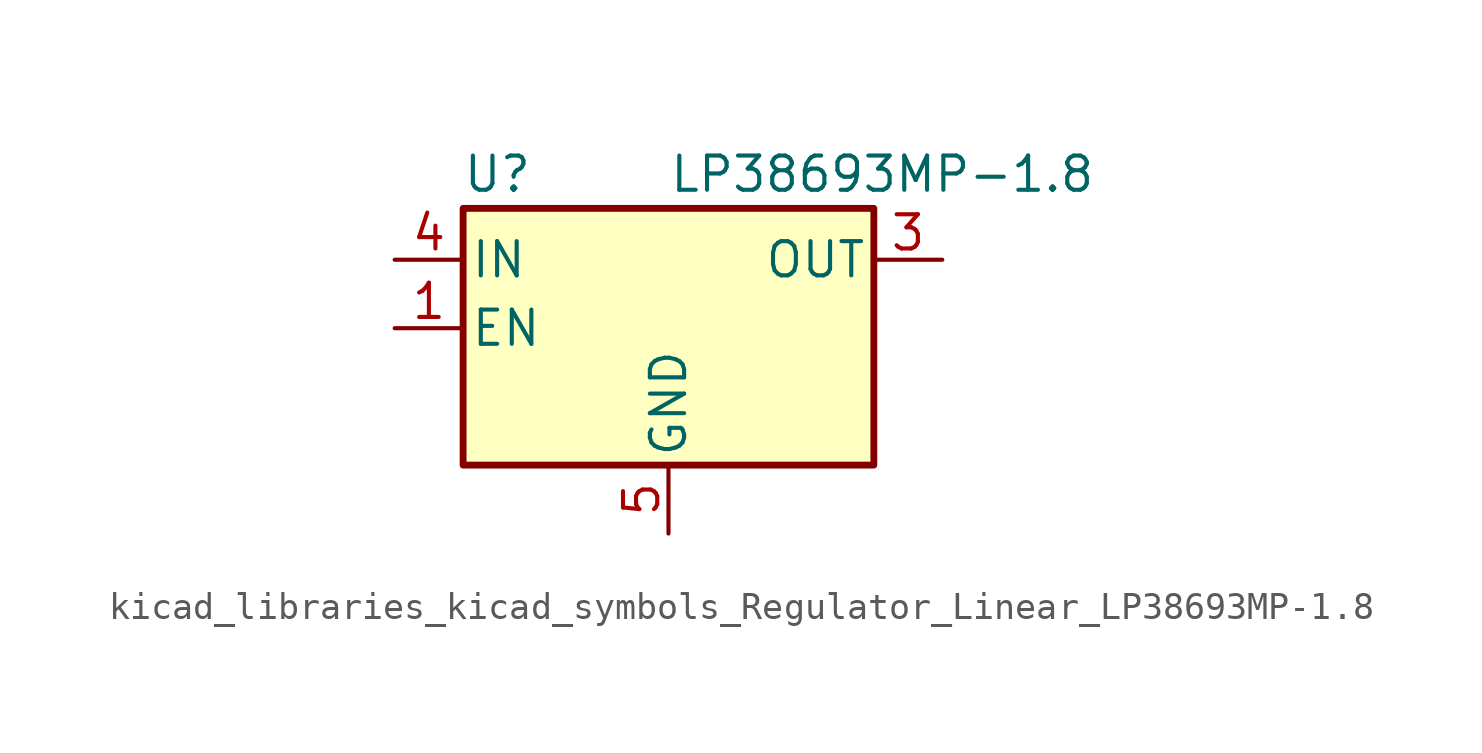
<source format=kicad_sym>
(kicad_symbol_lib
  (version 20220914)
  (generator kicad_symbol_editor)
  (symbol "kicad_libraries_kicad_symbols_Regulator_Linear_LP38693MP-1.8"
    (pin_names
      (offset 0.254))
    (property "Reference" "U"
      (at -6.35 5.715 0)
      (effects (font (size 1.27 1.27))))
    (property "Value" "LP38693MP-1.8"
      (at 0 5.715 0)
      (effects (font (size 1.27 1.27)) (justify left)))
    (symbol "kicad_libraries_kicad_symbols_Regulator_Linear_LP38693MP-1.8_0_1"
      (rectangle (start -7.62 -5.08) (end 7.62 4.445) (stroke (width 0.254) (type default)) (fill (type background))))
    (symbol "kicad_libraries_kicad_symbols_Regulator_Linear_LP38693MP-1.8_1_1"
      (pin input line (at -10.16 0 0) (length 2.54) (name "EN" (effects (font (size 1.27 1.27)))) (number "1" (effects (font (size 1.27 1.27)))))
      (pin no_connect line (at 7.62 0 180) (length 2.54) hide (name "NC" (effects (font (size 1.27 1.27)))) (number "2" (effects (font (size 1.27 1.27)))))
      (pin power_out line (at 10.16 2.54 180) (length 2.54) (name "OUT" (effects (font (size 1.27 1.27)))) (number "3" (effects (font (size 1.27 1.27)))))
      (pin power_in line (at -10.16 2.54 0) (length 2.54) (name "IN" (effects (font (size 1.27 1.27)))) (number "4" (effects (font (size 1.27 1.27)))))
      (pin power_in line (at 0 -7.62 90) (length 2.54) (name "GND" (effects (font (size 1.27 1.27)))) (number "5" (effects (font (size 1.27 1.27))))))))
</source>
